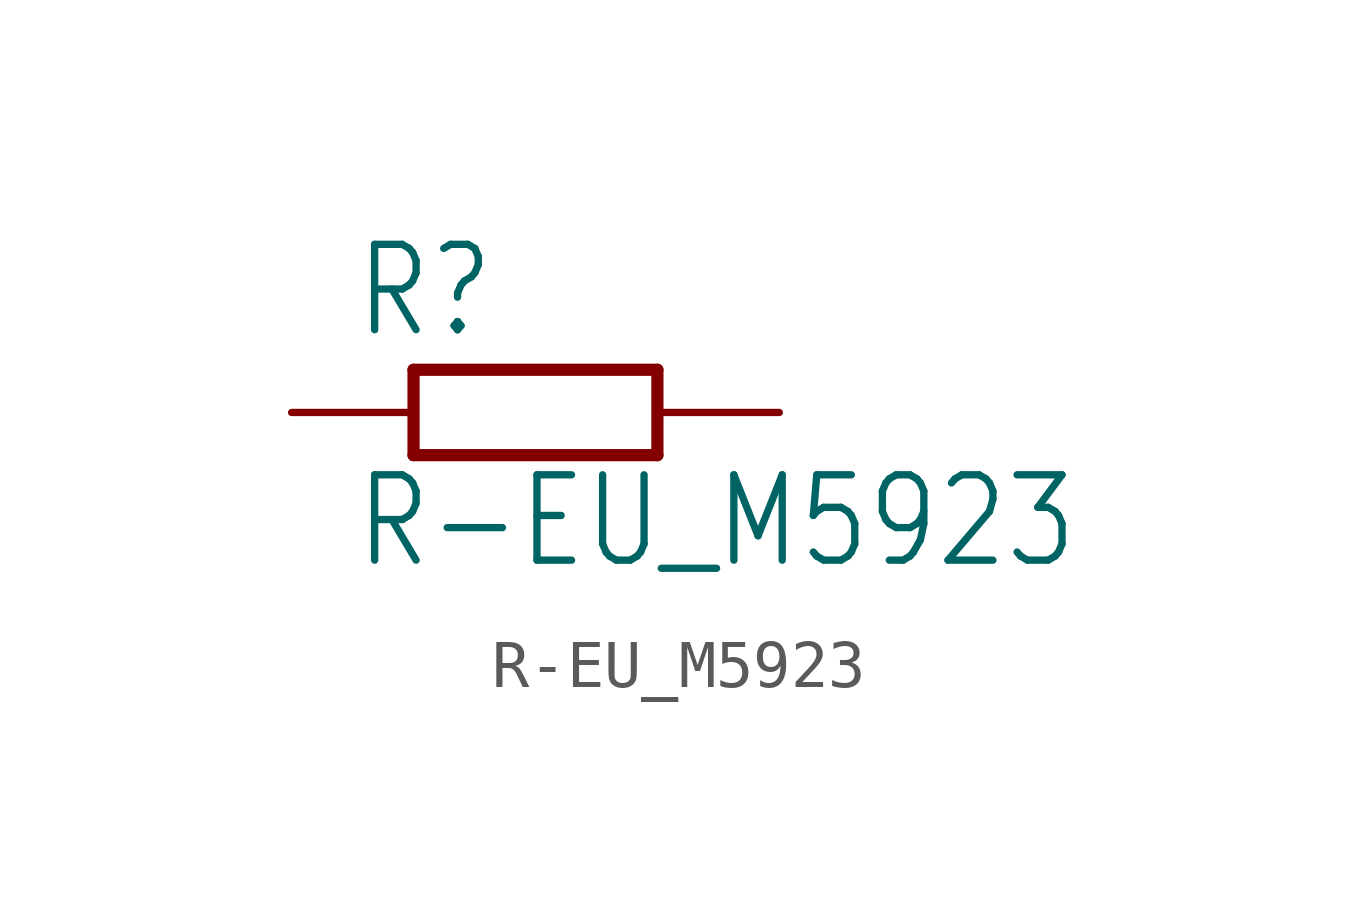
<source format=kicad_sym>
(kicad_symbol_lib
  (version 20220331)
  (generator kicad_symbol_editor)
  (symbol "R-EU_M5923"
    (property "Reference" "R"
      (at -3.81 1.499 0)
      (effects (font (size 1.778 1.511)) (justify left bottom)))
    (property "Value" "R-EU_M5923"
      (at -3.81 -3.302 0)
      (effects (font (size 1.778 1.511)) (justify left bottom)))
    (property "ki_locked" ""
      (at 0 0 0)
      (effects (font (size 1.27 1.27))))
    (symbol "R-EU_M5923_1_0"
      (polyline (pts (xy -2.54 -0.889) (xy -2.54 0.889)) (stroke (width 0.254) (type solid)) (fill (type none)))
      (polyline (pts (xy -2.54 -0.889) (xy 2.54 -0.889)) (stroke (width 0.254) (type solid)) (fill (type none)))
      (polyline (pts (xy 2.54 -0.889) (xy 2.54 0.889)) (stroke (width 0.254) (type solid)) (fill (type none)))
      (polyline (pts (xy 2.54 0.889) (xy -2.54 0.889)) (stroke (width 0.254) (type solid)) (fill (type none)))
      (pin passive line (at -5.08 0 0) (length 2.54) (name "1" (effects (font (size 0 0)))) (number "1" (effects (font (size 0 0)))))
      (pin passive line (at 5.08 0 180) (length 2.54) (name "2" (effects (font (size 0 0)))) (number "2" (effects (font (size 0 0))))))))
</source>
